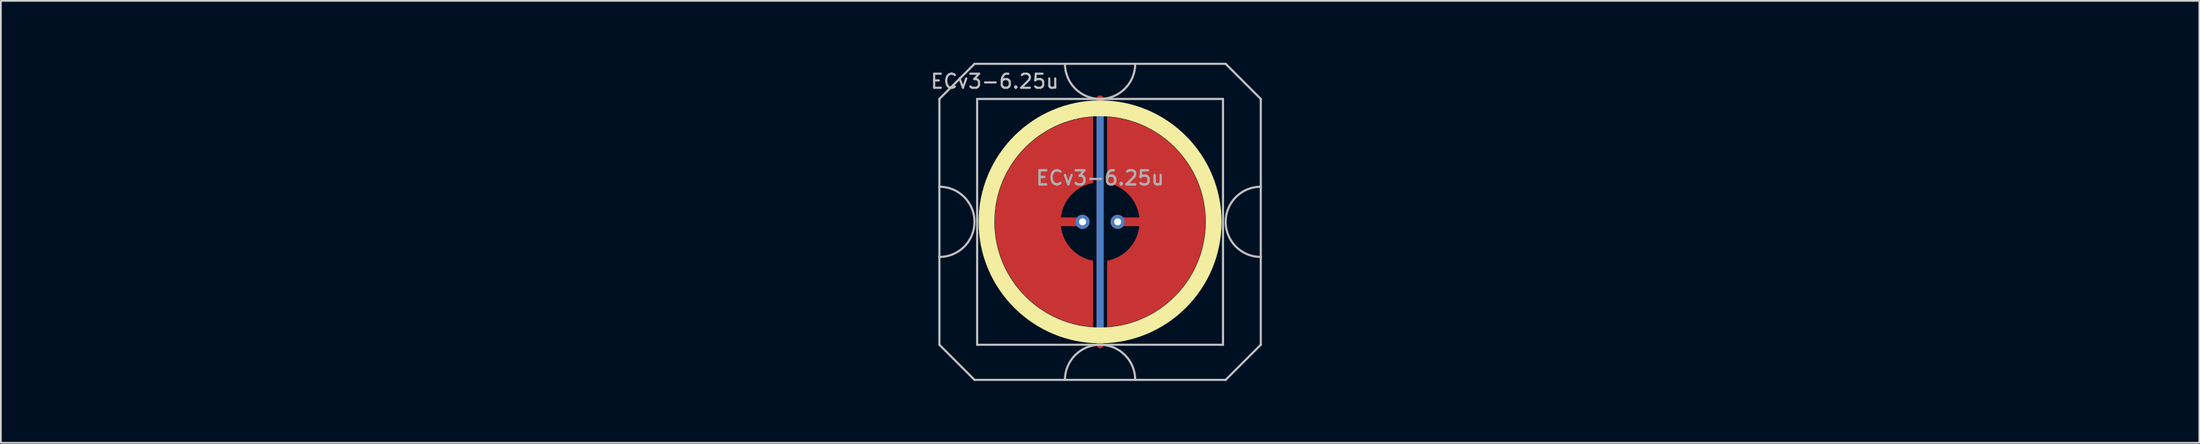
<source format=kicad_pcb>
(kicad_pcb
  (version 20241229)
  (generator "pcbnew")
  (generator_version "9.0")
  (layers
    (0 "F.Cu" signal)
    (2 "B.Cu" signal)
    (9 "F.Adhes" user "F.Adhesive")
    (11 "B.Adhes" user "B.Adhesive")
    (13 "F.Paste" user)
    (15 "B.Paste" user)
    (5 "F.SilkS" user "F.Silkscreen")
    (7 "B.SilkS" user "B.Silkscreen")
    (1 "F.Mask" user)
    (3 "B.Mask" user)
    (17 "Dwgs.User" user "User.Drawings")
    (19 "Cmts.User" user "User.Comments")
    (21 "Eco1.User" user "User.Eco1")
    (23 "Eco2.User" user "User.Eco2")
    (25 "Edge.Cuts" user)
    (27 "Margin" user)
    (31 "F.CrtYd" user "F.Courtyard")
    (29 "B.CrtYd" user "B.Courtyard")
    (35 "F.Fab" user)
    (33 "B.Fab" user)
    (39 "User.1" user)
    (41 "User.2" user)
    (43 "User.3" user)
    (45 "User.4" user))
  (footprint "ECv3-6.25u"
    (layer "F.Cu")
    (at 59.591 9.585)
    (property "Reference" "ECv3-6.25u" (at -6 -8 0) (layer "Dwgs.User") (effects (font (size 0.8 0.8) (thickness 0.12))))
    (attr through_hole exclude_from_pos_files exclude_from_bom)
    (fp_circle (center 0 0) (end 6.467 0) (stroke (width 0.9) (type solid)) (fill no) (layer "F.SilkS"))
    (fp_line (start -9.15 -7) (end -9.15 -2) (stroke (width 0.12) (type solid)) (layer "Dwgs.User"))
    (fp_line (start -9.15 -2) (end -9.15 2) (stroke (width 0.12) (type solid)) (layer "Dwgs.User"))
    (fp_line (start -9.15 2) (end -9.15 7) (stroke (width 0.12) (type solid)) (layer "Dwgs.User"))
    (fp_line (start -9.15 7) (end -7.15 9) (stroke (width 0.12) (type solid)) (layer "Dwgs.User"))
    (fp_line (start -7.15 -9) (end -9.15 -7) (stroke (width 0.12) (type solid)) (layer "Dwgs.User"))
    (fp_line (start -7.15 9) (end 7.15 9) (stroke (width 0.12) (type solid)) (layer "Dwgs.User"))
    (fp_line (start -7 -7) (end -7 7) (stroke (width 0.12) (type solid)) (layer "Dwgs.User"))
    (fp_line (start -7 7) (end 7 7) (stroke (width 0.12) (type solid)) (layer "Dwgs.User"))
    (fp_line (start 7 -7) (end -7 -7) (stroke (width 0.12) (type solid)) (layer "Dwgs.User"))
    (fp_line (start 7 7) (end 7 -7) (stroke (width 0.12) (type solid)) (layer "Dwgs.User"))
    (fp_line (start 7.15 -9) (end -7.15 -9) (stroke (width 0.12) (type solid)) (layer "Dwgs.User"))
    (fp_line (start 7.15 -9) (end 9.15 -7) (stroke (width 0.12) (type solid)) (layer "Dwgs.User"))
    (fp_line (start 7.15 9) (end 9.15 7) (stroke (width 0.12) (type solid)) (layer "Dwgs.User"))
    (fp_line (start 9.15 -2) (end 9.15 -7) (stroke (width 0.12) (type solid)) (layer "Dwgs.User"))
    (fp_line (start 9.15 -2) (end 9.15 2) (stroke (width 0.12) (type solid)) (layer "Dwgs.User"))
    (fp_line (start 9.15 7) (end 9.15 2) (stroke (width 0.12) (type solid)) (layer "Dwgs.User"))
    (fp_arc (start -9.15 -2) (mid -7.15 0) (end -9.15 2) (stroke (width 0.12) (type solid)) (layer "Dwgs.User"))
    (fp_arc (start -2 9) (mid 0 7) (end 2 9) (stroke (width 0.12) (type solid)) (layer "Dwgs.User"))
    (fp_arc (start 2 -9) (mid 0 -7) (end -2 -9) (stroke (width 0.12) (type solid)) (layer "Dwgs.User"))
    (fp_arc (start 9.15 2) (mid 7.15 0) (end 9.15 -2) (stroke (width 0.12) (type solid)) (layer "Dwgs.User"))
    (fp_line (start -56.75 -6.5) (end -56.75 6.25) (stroke (width 0.12) (type default)) (layer "Eco1.User"))
    (fp_line (start -56.25 -7) (end -56.75 -6.5) (stroke (width 0.12) (type default)) (layer "Eco1.User"))
    (fp_line (start -56.25 -7) (end -43.75 -7) (stroke (width 0.12) (type default)) (layer "Eco1.User"))
    (fp_line (start -56.25 6.75) (end -56.75 6.25) (stroke (width 0.12) (type default)) (layer "Eco1.User"))
    (fp_line (start -56.25 6.75) (end -43.75 6.75) (stroke (width 0.12) (type default)) (layer "Eco1.User"))
    (fp_line (start -43.75 -7) (end -43.25 -6.5) (stroke (width 0.12) (type default)) (layer "Eco1.User"))
    (fp_line (start -43.25 -6.5) (end -43.25 6.25) (stroke (width 0.12) (type default)) (layer "Eco1.User"))
    (fp_line (start -43.25 6.25) (end -43.75 6.75) (stroke (width 0.12) (type default)) (layer "Eco1.User"))
    (fp_line (start 43.25 -6.5) (end 43.25 6.25) (stroke (width 0.12) (type default)) (layer "Eco1.User"))
    (fp_line (start 43.75 -7) (end 43.25 -6.5) (stroke (width 0.12) (type default)) (layer "Eco1.User"))
    (fp_line (start 43.75 -7) (end 56.25 -7) (stroke (width 0.12) (type default)) (layer "Eco1.User"))
    (fp_line (start 43.75 6.75) (end 43.25 6.25) (stroke (width 0.12) (type default)) (layer "Eco1.User"))
    (fp_line (start 43.75 6.75) (end 56.25 6.75) (stroke (width 0.12) (type default)) (layer "Eco1.User"))
    (fp_line (start 56.25 -7) (end 56.75 -6.5) (stroke (width 0.12) (type default)) (layer "Eco1.User"))
    (fp_line (start 56.75 -6.5) (end 56.75 6.25) (stroke (width 0.12) (type default)) (layer "Eco1.User"))
    (fp_line (start 56.75 6.25) (end 56.25 6.75) (stroke (width 0.12) (type default)) (layer "Eco1.User"))
    (fp_line (start -59.531 -9.525) (end -59.531 9.525) (stroke (width 0.12) (type solid)) (layer "User.2"))
    (fp_line (start -59.531 -9.525) (end 59.531 -9.525) (stroke (width 0.12) (type solid)) (layer "User.2"))
    (fp_line (start -59.531 9.525) (end 59.531 9.525) (stroke (width 0.12) (type solid)) (layer "User.2"))
    (fp_line (start 59.531 -9.525) (end 59.531 9.525) (stroke (width 0.12) (type solid)) (layer "User.2"))
    (fp_text user "${REFERENCE}" (at 0 -2.5 0) (layer "F.Fab") (effects (font (size 0.8 0.8) (thickness 0.12))))
    (fp_text user "${REFERENCE}" (at 0 -2.5 0) (layer "F.Fab") (effects (font (size 0.8 0.8) (thickness 0.12))))
    (pad "1" smd custom (at -1 0) (size 0.4 0.4) (layers "F.Cu") (options (anchor circle)) (primitives (gr_poly (pts (xy 0.6 -2.214) (xy 0.32 -2.145) (xy 0.052 -2.041) (xy -0.201 -1.903) (xy -0.434 -1.734) (xy -0.644 -1.536) (xy -0.826 -1.314) (xy -0.979 -1.07) (xy -1.1 -0.808) (xy -1.186 -0.534) (xy -1.236 -0.25) (xy 0 -0.25) (xy 0.096 -0.231) (xy 0.177 -0.177) (xy 0.231 -0.096) (xy 0.25 0) (xy 0.231 0.096) (xy 0.177 0.177) (xy 0.096 0.231) (xy 0 0.25) (xy -1.236 0.25) (xy -1.186 0.534) (xy -1.1 0.808) (xy -0.979 1.07) (xy -0.826 1.314) (xy -0.644 1.536) (xy -0.434 1.734) (xy -0.201 1.903) (xy 0.052 2.041) (xy 0.32 2.145) (xy 0.6 2.214) (xy 0.6 5.987) (xy 0.115 5.934) (xy -0.364 5.843) (xy -0.834 5.713) (xy -1.292 5.545) (xy -1.735 5.341) (xy -2.159 5.101) (xy -2.563 4.827) (xy -2.943 4.522) (xy -3.298 4.187) (xy -3.623 3.824) (xy -3.919 3.436) (xy -4.182 3.025) (xy -4.41 2.594) (xy -4.603 2.147) (xy -4.759 1.684) (xy -4.876 1.211) (xy -4.955 0.73) (xy -4.995 0.244) (xy -4.995 -0.244) (xy -4.955 -0.73) (xy -4.876 -1.211) (xy -4.759 -1.684) (xy -4.603 -2.147) (xy -4.41 -2.594) (xy -4.182 -3.025) (xy -3.919 -3.436) (xy -3.623 -3.824) (xy -3.298 -4.187) (xy -2.943 -4.522) (xy -2.563 -4.827) (xy -2.159 -5.101) (xy -1.735 -5.341) (xy -1.292 -5.545) (xy -0.834 -5.713) (xy -0.364 -5.843) (xy 0.115 -5.934) (xy 0.6 -5.987)) (width 0) (fill yes))))
    (pad "1" thru_hole circle (at -1 0) (size 0.8 0.8) (drill 0.4) (layers "*.Cu"))
    (pad "2" smd custom (at 1 0 180) (size 0.4 0.4) (layers "F.Cu") (options (anchor circle)) (primitives (gr_poly (pts (xy 0.6 -2.214) (xy 0.32 -2.145) (xy 0.052 -2.041) (xy -0.201 -1.903) (xy -0.434 -1.734) (xy -0.644 -1.536) (xy -0.826 -1.314) (xy -0.979 -1.07) (xy -1.1 -0.808) (xy -1.186 -0.534) (xy -1.236 -0.25) (xy 0 -0.25) (xy 0.096 -0.231) (xy 0.177 -0.177) (xy 0.231 -0.096) (xy 0.25 0) (xy 0.231 0.096) (xy 0.177 0.177) (xy 0.096 0.231) (xy 0 0.25) (xy -1.236 0.25) (xy -1.186 0.534) (xy -1.1 0.808) (xy -0.979 1.07) (xy -0.826 1.314) (xy -0.644 1.536) (xy -0.434 1.734) (xy -0.201 1.903) (xy 0.052 2.041) (xy 0.32 2.145) (xy 0.6 2.214) (xy 0.6 5.987) (xy 0.115 5.934) (xy -0.364 5.843) (xy -0.834 5.713) (xy -1.292 5.545) (xy -1.735 5.341) (xy -2.159 5.101) (xy -2.563 4.827) (xy -2.943 4.522) (xy -3.298 4.187) (xy -3.623 3.824) (xy -3.919 3.436) (xy -4.182 3.025) (xy -4.41 2.594) (xy -4.603 2.147) (xy -4.759 1.684) (xy -4.876 1.211) (xy -4.955 0.73) (xy -4.995 0.244) (xy -4.995 -0.244) (xy -4.955 -0.73) (xy -4.876 -1.211) (xy -4.759 -1.684) (xy -4.603 -2.147) (xy -4.41 -2.594) (xy -4.182 -3.025) (xy -3.919 -3.436) (xy -3.623 -3.824) (xy -3.298 -4.187) (xy -2.943 -4.522) (xy -2.563 -4.827) (xy -2.159 -5.101) (xy -1.735 -5.341) (xy -1.292 -5.545) (xy -0.834 -5.713) (xy -0.364 -5.843) (xy 0.115 -5.934) (xy 0.6 -5.987)) (width 0) (fill yes))))
    (pad "2" thru_hole circle (at 1 0) (size 0.8 0.8) (drill 0.4) (layers "*.Cu"))
    (pad "3" smd custom (at 0 0) (size 0.4 0.4) (layers "F.Cu") (options (anchor rect)) (primitives (gr_line (start 0 -7) (end 0 7) (width 0.4))))
    (pad "3" smd custom (at 0 0) (size 0.4 0.4) (layers "B.Cu") (options (anchor rect)) (primitives (gr_line (start 0 -6.5) (end 0 6.5) (width 0.4))))
    (zone (net_name "") (layer "F.Cu") (hatch edge 0.508) (connect_pads) (min_thickness 0.254) (filled_areas_thickness no) (keepout (tracks allowed) (vias allowed) (pads allowed) (copperpour not_allowed) (footprints allowed)) (placement (enabled no)) (fill) (polygon (pts (xy 66.596 9.585) (xy 66.577 9.072) (xy 66.521 8.562) (xy 66.427 8.057) (xy 66.297 7.56) (xy 66.131 7.075) (xy 65.929 6.602) (xy 65.694 6.146) (xy 65.426 5.709) (xy 65.126 5.292) (xy 64.797 4.898) (xy 64.44 4.529) (xy 64.056 4.188) (xy 63.649 3.875) (xy 63.22 3.593) (xy 62.771 3.344) (xy 62.306 3.127) (xy 61.826 2.946) (xy 61.333 2.8) (xy 60.832 2.691) (xy 60.323 2.618) (xy 59.811 2.584) (xy 59.298 2.586) (xy 58.786 2.627) (xy 58.279 2.704) (xy 57.778 2.819) (xy 57.288 2.97) (xy 56.809 3.156) (xy 56.346 3.377) (xy 55.9 3.632) (xy 55.474 3.918) (xy 55.07 4.235) (xy 54.69 4.58) (xy 54.337 4.953) (xy 54.012 5.35) (xy 53.716 5.77) (xy 53.453 6.21) (xy 53.222 6.669) (xy 53.026 7.143) (xy 52.864 7.631) (xy 52.739 8.129) (xy 52.651 8.634) (xy 52.6 9.145) (xy 52.587 9.658) (xy 52.611 10.171) (xy 52.673 10.681) (xy 52.771 11.185) (xy 52.907 11.68) (xy 53.078 12.164) (xy 53.285 12.634) (xy 53.525 13.087) (xy 53.798 13.522) (xy 54.102 13.936) (xy 54.435 14.326) (xy 54.796 14.691) (xy 55.183 15.029) (xy 55.593 15.337) (xy 56.025 15.614) (xy 56.477 15.859) (xy 56.945 16.071) (xy 57.427 16.247) (xy 57.92 16.388) (xy 58.423 16.492) (xy 58.932 16.559) (xy 59.445 16.588) (xy 59.958 16.58) (xy 60.469 16.535) (xy 60.976 16.452) (xy 61.475 16.332) (xy 61.964 16.176) (xy 62.44 15.984) (xy 62.901 15.758) (xy 63.345 15.499) (xy 63.768 15.209) (xy 64.168 14.888) (xy 64.544 14.538) (xy 64.894 14.162) (xy 65.215 13.761) (xy 65.506 13.338) (xy 65.765 12.895) (xy 65.991 12.434) (xy 66.182 11.958) (xy 66.338 11.469) (xy 66.458 10.97) (xy 66.541 10.463) (xy 66.587 9.952))))
    (zone (net_name "") (layer "B.Cu") (hatch edge 0.508) (connect_pads) (min_thickness 0.254) (filled_areas_thickness no) (keepout (tracks allowed) (vias allowed) (pads allowed) (copperpour not_allowed) (footprints allowed)) (placement (enabled no)) (fill) (polygon (pts (xy 66.15 9.585) (xy 66.129 9.07) (xy 66.069 8.559) (xy 65.968 8.054) (xy 65.829 7.558) (xy 65.65 7.075) (xy 65.435 6.608) (xy 65.183 6.158) (xy 64.897 5.73) (xy 64.578 5.326) (xy 64.229 4.948) (xy 63.85 4.598) (xy 63.446 4.279) (xy 63.018 3.993) (xy 62.569 3.742) (xy 62.101 3.526) (xy 61.618 3.348) (xy 61.122 3.208) (xy 60.617 3.107) (xy 60.106 3.047) (xy 59.591 3.027) (xy 59.077 3.047) (xy 58.565 3.107) (xy 58.06 3.208) (xy 57.565 3.348) (xy 57.082 3.526) (xy 56.614 3.742) (xy 56.165 3.993) (xy 55.736 4.279) (xy 55.332 4.598) (xy 54.954 4.948) (xy 54.604 5.326) (xy 54.286 5.73) (xy 53.999 6.158) (xy 53.748 6.608) (xy 53.532 7.075) (xy 53.354 7.558) (xy 53.214 8.054) (xy 53.114 8.559) (xy 53.053 9.07) (xy 53.033 9.585) (xy 53.053 10.1) (xy 53.114 10.611) (xy 53.214 11.116) (xy 53.354 11.612) (xy 53.532 12.095) (xy 53.748 12.562) (xy 53.999 13.012) (xy 54.286 13.44) (xy 54.604 13.844) (xy 54.954 14.222) (xy 55.332 14.572) (xy 55.736 14.891) (xy 56.165 15.177) (xy 56.614 15.428) (xy 57.082 15.644) (xy 57.565 15.822) (xy 58.06 15.962) (xy 58.565 16.063) (xy 59.077 16.123) (xy 59.591 16.143) (xy 60.106 16.123) (xy 60.617 16.063) (xy 61.122 15.962) (xy 61.618 15.822) (xy 62.101 15.644) (xy 62.569 15.428) (xy 63.018 15.177) (xy 63.446 14.891) (xy 63.85 14.572) (xy 64.229 14.222) (xy 64.578 13.844) (xy 64.897 13.44) (xy 65.183 13.012) (xy 65.435 12.562) (xy 65.65 12.095) (xy 65.829 11.612) (xy 65.968 11.116) (xy 66.069 10.611) (xy 66.129 10.1)))))
  (gr_rect
    (start -3 -3)
    (end 122.183 22.17)
    (stroke (width 0.1) (type default))
    (fill no)
    (layer "Edge.Cuts")))
</source>
